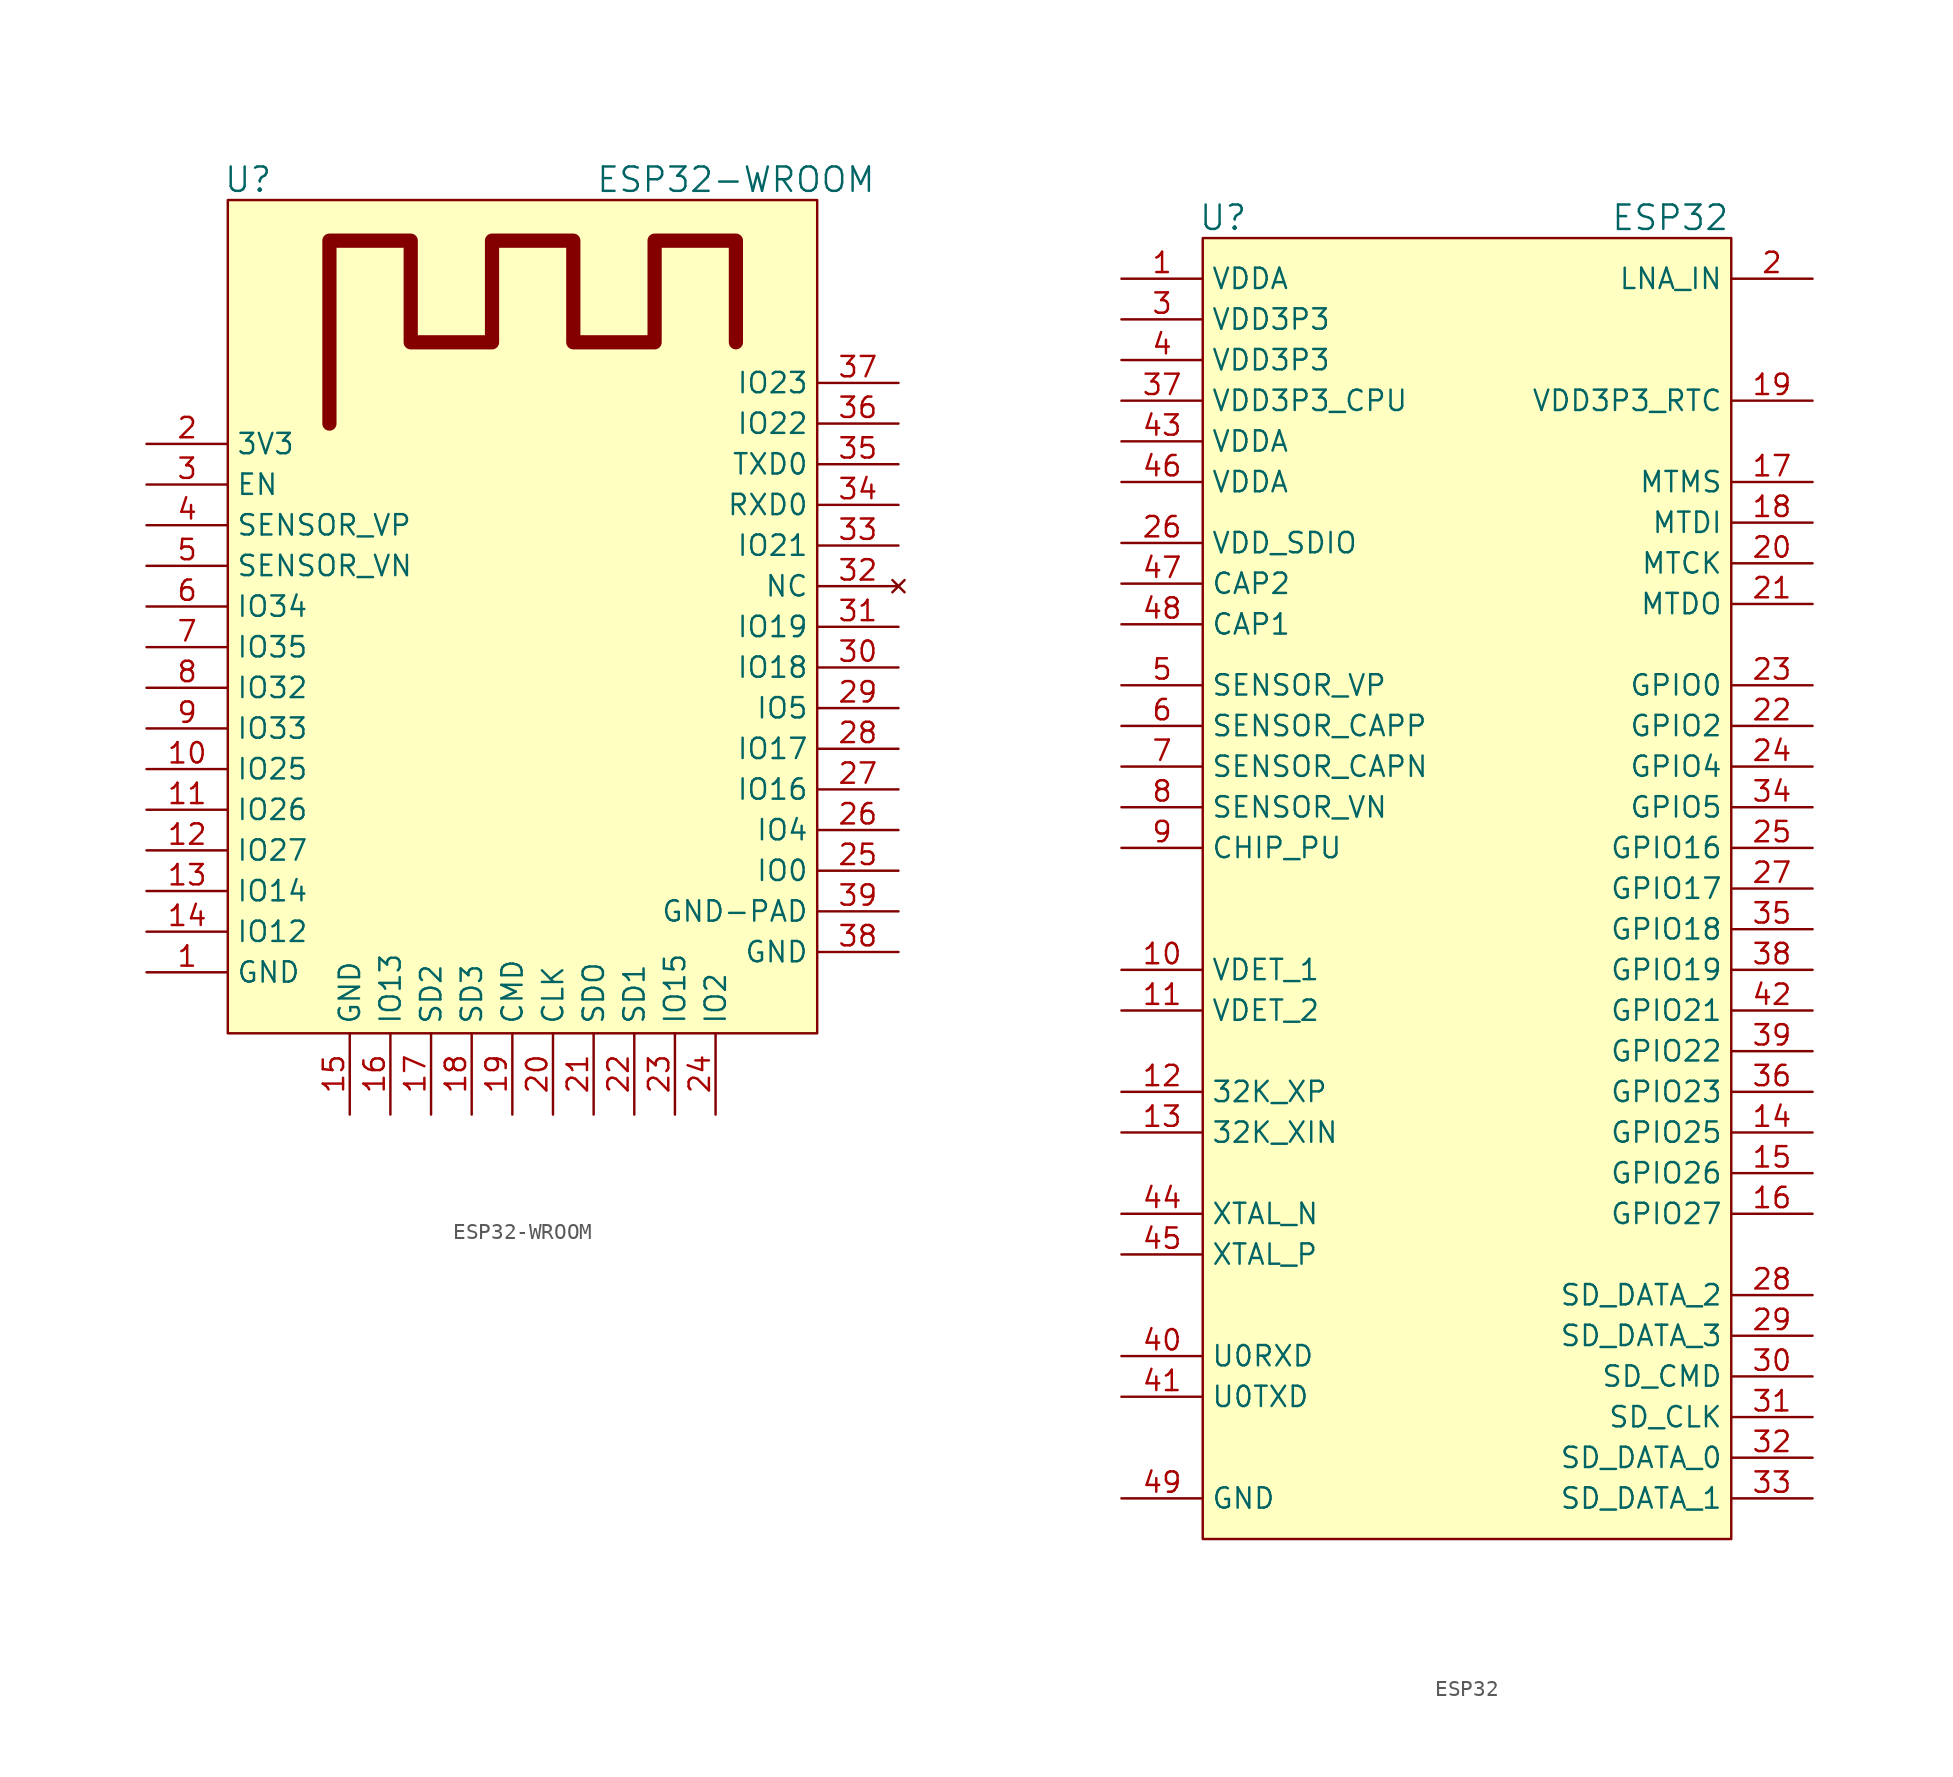
<source format=kicad_sym>
(kicad_symbol_lib
  (version 20220102)
  (generator kicad_symbol_editor)
  (symbol "ESP32-WROOM"
    (property "Reference" "U"
      (at -17.78 31.75 0)
      (effects (font (size 1.524 1.524))))
    (property "Value" "ESP32-WROOM"
      (at 12.7 31.75 0)
      (effects (font (size 1.524 1.524))))
    (symbol "ESP32-WROOM_0_1"
      (rectangle (start -19.05 30.48) (end 17.78 -21.59) (stroke (width 0) (type default)) (fill (type background)))
      (polyline (pts (xy -12.7 16.51) (xy -12.7 27.94) (xy -7.62 27.94) (xy -7.62 21.59) (xy -2.54 21.59) (xy -2.54 27.94) (xy 2.54 27.94) (xy 2.54 21.59) (xy 7.62 21.59) (xy 7.62 27.94) (xy 12.7 27.94) (xy 12.7 21.59)) (stroke (width 0.889) (type default)) (fill (type none))))
    (symbol "ESP32-WROOM_1_1"
      (pin power_out line (at -24.13 -17.78 0) (length 5.08) (name "GND" (effects (font (size 1.27 1.27)))) (number "1" (effects (font (size 1.27 1.27)))))
      (pin bidirectional line (at -24.13 -5.08 0) (length 5.08) (name "IO25" (effects (font (size 1.27 1.27)))) (number "10" (effects (font (size 1.27 1.27)))))
      (pin bidirectional line (at -24.13 -7.62 0) (length 5.08) (name "IO26" (effects (font (size 1.27 1.27)))) (number "11" (effects (font (size 1.27 1.27)))))
      (pin bidirectional line (at -24.13 -10.16 0) (length 5.08) (name "IO27" (effects (font (size 1.27 1.27)))) (number "12" (effects (font (size 1.27 1.27)))))
      (pin bidirectional line (at -24.13 -12.7 0) (length 5.08) (name "IO14" (effects (font (size 1.27 1.27)))) (number "13" (effects (font (size 1.27 1.27)))))
      (pin bidirectional line (at -24.13 -15.24 0) (length 5.08) (name "IO12" (effects (font (size 1.27 1.27)))) (number "14" (effects (font (size 1.27 1.27)))))
      (pin power_in line (at -11.43 -26.67 90) (length 5.08) (name "GND" (effects (font (size 1.27 1.27)))) (number "15" (effects (font (size 1.27 1.27)))))
      (pin bidirectional line (at -8.89 -26.67 90) (length 5.08) (name "IO13" (effects (font (size 1.27 1.27)))) (number "16" (effects (font (size 1.27 1.27)))))
      (pin bidirectional line (at -6.35 -26.67 90) (length 5.08) (name "SD2" (effects (font (size 1.27 1.27)))) (number "17" (effects (font (size 1.27 1.27)))))
      (pin bidirectional line (at -3.81 -26.67 90) (length 5.08) (name "SD3" (effects (font (size 1.27 1.27)))) (number "18" (effects (font (size 1.27 1.27)))))
      (pin bidirectional line (at -1.27 -26.67 90) (length 5.08) (name "CMD" (effects (font (size 1.27 1.27)))) (number "19" (effects (font (size 1.27 1.27)))))
      (pin power_in line (at -24.13 15.24 0) (length 5.08) (name "3V3" (effects (font (size 1.27 1.27)))) (number "2" (effects (font (size 1.27 1.27)))))
      (pin input line (at 1.27 -26.67 90) (length 5.08) (name "CLK" (effects (font (size 1.27 1.27)))) (number "20" (effects (font (size 1.27 1.27)))))
      (pin bidirectional line (at 3.81 -26.67 90) (length 5.08) (name "SDO" (effects (font (size 1.27 1.27)))) (number "21" (effects (font (size 1.27 1.27)))))
      (pin bidirectional line (at 6.35 -26.67 90) (length 5.08) (name "SD1" (effects (font (size 1.27 1.27)))) (number "22" (effects (font (size 1.27 1.27)))))
      (pin bidirectional line (at 8.89 -26.67 90) (length 5.08) (name "IO15" (effects (font (size 1.27 1.27)))) (number "23" (effects (font (size 1.27 1.27)))))
      (pin bidirectional line (at 11.43 -26.67 90) (length 5.08) (name "IO2" (effects (font (size 1.27 1.27)))) (number "24" (effects (font (size 1.27 1.27)))))
      (pin bidirectional line (at 22.86 -11.43 180) (length 5.08) (name "IO0" (effects (font (size 1.27 1.27)))) (number "25" (effects (font (size 1.27 1.27)))))
      (pin input line (at 22.86 -8.89 180) (length 5.08) (name "IO4" (effects (font (size 1.27 1.27)))) (number "26" (effects (font (size 1.27 1.27)))))
      (pin bidirectional line (at 22.86 -6.35 180) (length 5.08) (name "IO16" (effects (font (size 1.27 1.27)))) (number "27" (effects (font (size 1.27 1.27)))))
      (pin bidirectional line (at 22.86 -3.81 180) (length 5.08) (name "IO17" (effects (font (size 1.27 1.27)))) (number "28" (effects (font (size 1.27 1.27)))))
      (pin bidirectional line (at 22.86 -1.27 180) (length 5.08) (name "IO5" (effects (font (size 1.27 1.27)))) (number "29" (effects (font (size 1.27 1.27)))))
      (pin input line (at -24.13 12.7 0) (length 5.08) (name "EN" (effects (font (size 1.27 1.27)))) (number "3" (effects (font (size 1.27 1.27)))))
      (pin input line (at 22.86 1.27 180) (length 5.08) (name "IO18" (effects (font (size 1.27 1.27)))) (number "30" (effects (font (size 1.27 1.27)))))
      (pin bidirectional line (at 22.86 3.81 180) (length 5.08) (name "IO19" (effects (font (size 1.27 1.27)))) (number "31" (effects (font (size 1.27 1.27)))))
      (pin no_connect line (at 22.86 6.35 180) (length 5.08) (name "NC" (effects (font (size 1.27 1.27)))) (number "32" (effects (font (size 1.27 1.27)))))
      (pin bidirectional line (at 22.86 8.89 180) (length 5.08) (name "IO21" (effects (font (size 1.27 1.27)))) (number "33" (effects (font (size 1.27 1.27)))))
      (pin bidirectional line (at 22.86 11.43 180) (length 5.08) (name "RXD0" (effects (font (size 1.27 1.27)))) (number "34" (effects (font (size 1.27 1.27)))))
      (pin bidirectional line (at 22.86 13.97 180) (length 5.08) (name "TXD0" (effects (font (size 1.27 1.27)))) (number "35" (effects (font (size 1.27 1.27)))))
      (pin bidirectional line (at 22.86 16.51 180) (length 5.08) (name "IO22" (effects (font (size 1.27 1.27)))) (number "36" (effects (font (size 1.27 1.27)))))
      (pin bidirectional line (at 22.86 19.05 180) (length 5.08) (name "IO23" (effects (font (size 1.27 1.27)))) (number "37" (effects (font (size 1.27 1.27)))))
      (pin power_in line (at 22.86 -16.51 180) (length 5.08) (name "GND" (effects (font (size 1.27 1.27)))) (number "38" (effects (font (size 1.27 1.27)))))
      (pin power_in line (at 22.86 -13.97 180) (length 5.08) (name "GND-PAD" (effects (font (size 1.27 1.27)))) (number "39" (effects (font (size 1.27 1.27)))))
      (pin input line (at -24.13 10.16 0) (length 5.08) (name "SENSOR_VP" (effects (font (size 1.27 1.27)))) (number "4" (effects (font (size 1.27 1.27)))))
      (pin input line (at -24.13 7.62 0) (length 5.08) (name "SENSOR_VN" (effects (font (size 1.27 1.27)))) (number "5" (effects (font (size 1.27 1.27)))))
      (pin bidirectional line (at -24.13 5.08 0) (length 5.08) (name "IO34" (effects (font (size 1.27 1.27)))) (number "6" (effects (font (size 1.27 1.27)))))
      (pin bidirectional line (at -24.13 2.54 0) (length 5.08) (name "IO35" (effects (font (size 1.27 1.27)))) (number "7" (effects (font (size 1.27 1.27)))))
      (pin bidirectional line (at -24.13 0 0) (length 5.08) (name "IO32" (effects (font (size 1.27 1.27)))) (number "8" (effects (font (size 1.27 1.27)))))
      (pin bidirectional line (at -24.13 -2.54 0) (length 5.08) (name "IO33" (effects (font (size 1.27 1.27)))) (number "9" (effects (font (size 1.27 1.27)))))))
  (symbol "ESP32"
    (property "Reference" "U"
      (at -15.24 43.18 0)
      (effects (font (size 1.524 1.524))))
    (property "Value" "ESP32"
      (at 12.7 43.18 0)
      (effects (font (size 1.524 1.524))))
    (symbol "ESP32_0_1"
      (rectangle (start -16.51 41.91) (end 16.51 -39.37) (stroke (width 0) (type default)) (fill (type background))))
    (symbol "ESP32_1_1"
      (pin power_in line (at -21.59 39.37 0) (length 5.08) (name "VDDA" (effects (font (size 1.27 1.27)))) (number "1" (effects (font (size 1.27 1.27)))))
      (pin input line (at -21.59 -3.81 0) (length 5.08) (name "VDET_1" (effects (font (size 1.27 1.27)))) (number "10" (effects (font (size 1.27 1.27)))))
      (pin input line (at -21.59 -6.35 0) (length 5.08) (name "VDET_2" (effects (font (size 1.27 1.27)))) (number "11" (effects (font (size 1.27 1.27)))))
      (pin bidirectional line (at -21.59 -11.43 0) (length 5.08) (name "32K_XP" (effects (font (size 1.27 1.27)))) (number "12" (effects (font (size 1.27 1.27)))))
      (pin bidirectional line (at -21.59 -13.97 0) (length 5.08) (name "32K_XIN" (effects (font (size 1.27 1.27)))) (number "13" (effects (font (size 1.27 1.27)))))
      (pin bidirectional line (at 21.59 -13.97 180) (length 5.08) (name "GPIO25" (effects (font (size 1.27 1.27)))) (number "14" (effects (font (size 1.27 1.27)))))
      (pin bidirectional line (at 21.59 -16.51 180) (length 5.08) (name "GPIO26" (effects (font (size 1.27 1.27)))) (number "15" (effects (font (size 1.27 1.27)))))
      (pin bidirectional line (at 21.59 -19.05 180) (length 5.08) (name "GPIO27" (effects (font (size 1.27 1.27)))) (number "16" (effects (font (size 1.27 1.27)))))
      (pin bidirectional line (at 21.59 26.67 180) (length 5.08) (name "MTMS" (effects (font (size 1.27 1.27)))) (number "17" (effects (font (size 1.27 1.27)))))
      (pin bidirectional line (at 21.59 24.13 180) (length 5.08) (name "MTDI" (effects (font (size 1.27 1.27)))) (number "18" (effects (font (size 1.27 1.27)))))
      (pin power_in line (at 21.59 31.75 180) (length 5.08) (name "VDD3P3_RTC" (effects (font (size 1.27 1.27)))) (number "19" (effects (font (size 1.27 1.27)))))
      (pin input line (at 21.59 39.37 180) (length 5.08) (name "LNA_IN" (effects (font (size 1.27 1.27)))) (number "2" (effects (font (size 1.27 1.27)))))
      (pin bidirectional line (at 21.59 21.59 180) (length 5.08) (name "MTCK" (effects (font (size 1.27 1.27)))) (number "20" (effects (font (size 1.27 1.27)))))
      (pin bidirectional line (at 21.59 19.05 180) (length 5.08) (name "MTDO" (effects (font (size 1.27 1.27)))) (number "21" (effects (font (size 1.27 1.27)))))
      (pin bidirectional line (at 21.59 11.43 180) (length 5.08) (name "GPIO2" (effects (font (size 1.27 1.27)))) (number "22" (effects (font (size 1.27 1.27)))))
      (pin bidirectional line (at 21.59 13.97 180) (length 5.08) (name "GPIO0" (effects (font (size 1.27 1.27)))) (number "23" (effects (font (size 1.27 1.27)))))
      (pin bidirectional line (at 21.59 8.89 180) (length 5.08) (name "GPIO4" (effects (font (size 1.27 1.27)))) (number "24" (effects (font (size 1.27 1.27)))))
      (pin bidirectional line (at 21.59 3.81 180) (length 5.08) (name "GPIO16" (effects (font (size 1.27 1.27)))) (number "25" (effects (font (size 1.27 1.27)))))
      (pin power_in line (at -21.59 22.86 0) (length 5.08) (name "VDD_SDIO" (effects (font (size 1.27 1.27)))) (number "26" (effects (font (size 1.27 1.27)))))
      (pin bidirectional line (at 21.59 1.27 180) (length 5.08) (name "GPIO17" (effects (font (size 1.27 1.27)))) (number "27" (effects (font (size 1.27 1.27)))))
      (pin bidirectional line (at 21.59 -24.13 180) (length 5.08) (name "SD_DATA_2" (effects (font (size 1.27 1.27)))) (number "28" (effects (font (size 1.27 1.27)))))
      (pin bidirectional line (at 21.59 -26.67 180) (length 5.08) (name "SD_DATA_3" (effects (font (size 1.27 1.27)))) (number "29" (effects (font (size 1.27 1.27)))))
      (pin power_in line (at -21.59 36.83 0) (length 5.08) (name "VDD3P3" (effects (font (size 1.27 1.27)))) (number "3" (effects (font (size 1.27 1.27)))))
      (pin bidirectional line (at 21.59 -29.21 180) (length 5.08) (name "SD_CMD" (effects (font (size 1.27 1.27)))) (number "30" (effects (font (size 1.27 1.27)))))
      (pin bidirectional line (at 21.59 -31.75 180) (length 5.08) (name "SD_CLK" (effects (font (size 1.27 1.27)))) (number "31" (effects (font (size 1.27 1.27)))))
      (pin bidirectional line (at 21.59 -34.29 180) (length 5.08) (name "SD_DATA_0" (effects (font (size 1.27 1.27)))) (number "32" (effects (font (size 1.27 1.27)))))
      (pin bidirectional line (at 21.59 -36.83 180) (length 5.08) (name "SD_DATA_1" (effects (font (size 1.27 1.27)))) (number "33" (effects (font (size 1.27 1.27)))))
      (pin bidirectional line (at 21.59 6.35 180) (length 5.08) (name "GPIO5" (effects (font (size 1.27 1.27)))) (number "34" (effects (font (size 1.27 1.27)))))
      (pin bidirectional line (at 21.59 -1.27 180) (length 5.08) (name "GPIO18" (effects (font (size 1.27 1.27)))) (number "35" (effects (font (size 1.27 1.27)))))
      (pin bidirectional line (at 21.59 -11.43 180) (length 5.08) (name "GPIO23" (effects (font (size 1.27 1.27)))) (number "36" (effects (font (size 1.27 1.27)))))
      (pin power_in line (at -21.59 31.75 0) (length 5.08) (name "VDD3P3_CPU" (effects (font (size 1.27 1.27)))) (number "37" (effects (font (size 1.27 1.27)))))
      (pin bidirectional line (at 21.59 -3.81 180) (length 5.08) (name "GPIO19" (effects (font (size 1.27 1.27)))) (number "38" (effects (font (size 1.27 1.27)))))
      (pin bidirectional line (at 21.59 -8.89 180) (length 5.08) (name "GPIO22" (effects (font (size 1.27 1.27)))) (number "39" (effects (font (size 1.27 1.27)))))
      (pin input line (at -21.59 34.29 0) (length 5.08) (name "VDD3P3" (effects (font (size 1.27 1.27)))) (number "4" (effects (font (size 1.27 1.27)))))
      (pin bidirectional line (at -21.59 -27.94 0) (length 5.08) (name "U0RXD" (effects (font (size 1.27 1.27)))) (number "40" (effects (font (size 1.27 1.27)))))
      (pin bidirectional line (at -21.59 -30.48 0) (length 5.08) (name "U0TXD" (effects (font (size 1.27 1.27)))) (number "41" (effects (font (size 1.27 1.27)))))
      (pin bidirectional line (at 21.59 -6.35 180) (length 5.08) (name "GPIO21" (effects (font (size 1.27 1.27)))) (number "42" (effects (font (size 1.27 1.27)))))
      (pin power_in line (at -21.59 29.21 0) (length 5.08) (name "VDDA" (effects (font (size 1.27 1.27)))) (number "43" (effects (font (size 1.27 1.27)))))
      (pin bidirectional line (at -21.59 -19.05 0) (length 5.08) (name "XTAL_N" (effects (font (size 1.27 1.27)))) (number "44" (effects (font (size 1.27 1.27)))))
      (pin bidirectional line (at -21.59 -21.59 0) (length 5.08) (name "XTAL_P" (effects (font (size 1.27 1.27)))) (number "45" (effects (font (size 1.27 1.27)))))
      (pin power_in line (at -21.59 26.67 0) (length 5.08) (name "VDDA" (effects (font (size 1.27 1.27)))) (number "46" (effects (font (size 1.27 1.27)))))
      (pin passive line (at -21.59 20.32 0) (length 5.08) (name "CAP2" (effects (font (size 1.27 1.27)))) (number "47" (effects (font (size 1.27 1.27)))))
      (pin passive line (at -21.59 17.78 0) (length 5.08) (name "CAP1" (effects (font (size 1.27 1.27)))) (number "48" (effects (font (size 1.27 1.27)))))
      (pin power_in line (at -21.59 -36.83 0) (length 5.08) (name "GND" (effects (font (size 1.27 1.27)))) (number "49" (effects (font (size 1.27 1.27)))))
      (pin input line (at -21.59 13.97 0) (length 5.08) (name "SENSOR_VP" (effects (font (size 1.27 1.27)))) (number "5" (effects (font (size 1.27 1.27)))))
      (pin input line (at -21.59 11.43 0) (length 5.08) (name "SENSOR_CAPP" (effects (font (size 1.27 1.27)))) (number "6" (effects (font (size 1.27 1.27)))))
      (pin input line (at -21.59 8.89 0) (length 5.08) (name "SENSOR_CAPN" (effects (font (size 1.27 1.27)))) (number "7" (effects (font (size 1.27 1.27)))))
      (pin input line (at -21.59 6.35 0) (length 5.08) (name "SENSOR_VN" (effects (font (size 1.27 1.27)))) (number "8" (effects (font (size 1.27 1.27)))))
      (pin input line (at -21.59 3.81 0) (length 5.08) (name "CHIP_PU" (effects (font (size 1.27 1.27)))) (number "9" (effects (font (size 1.27 1.27))))))))
</source>
